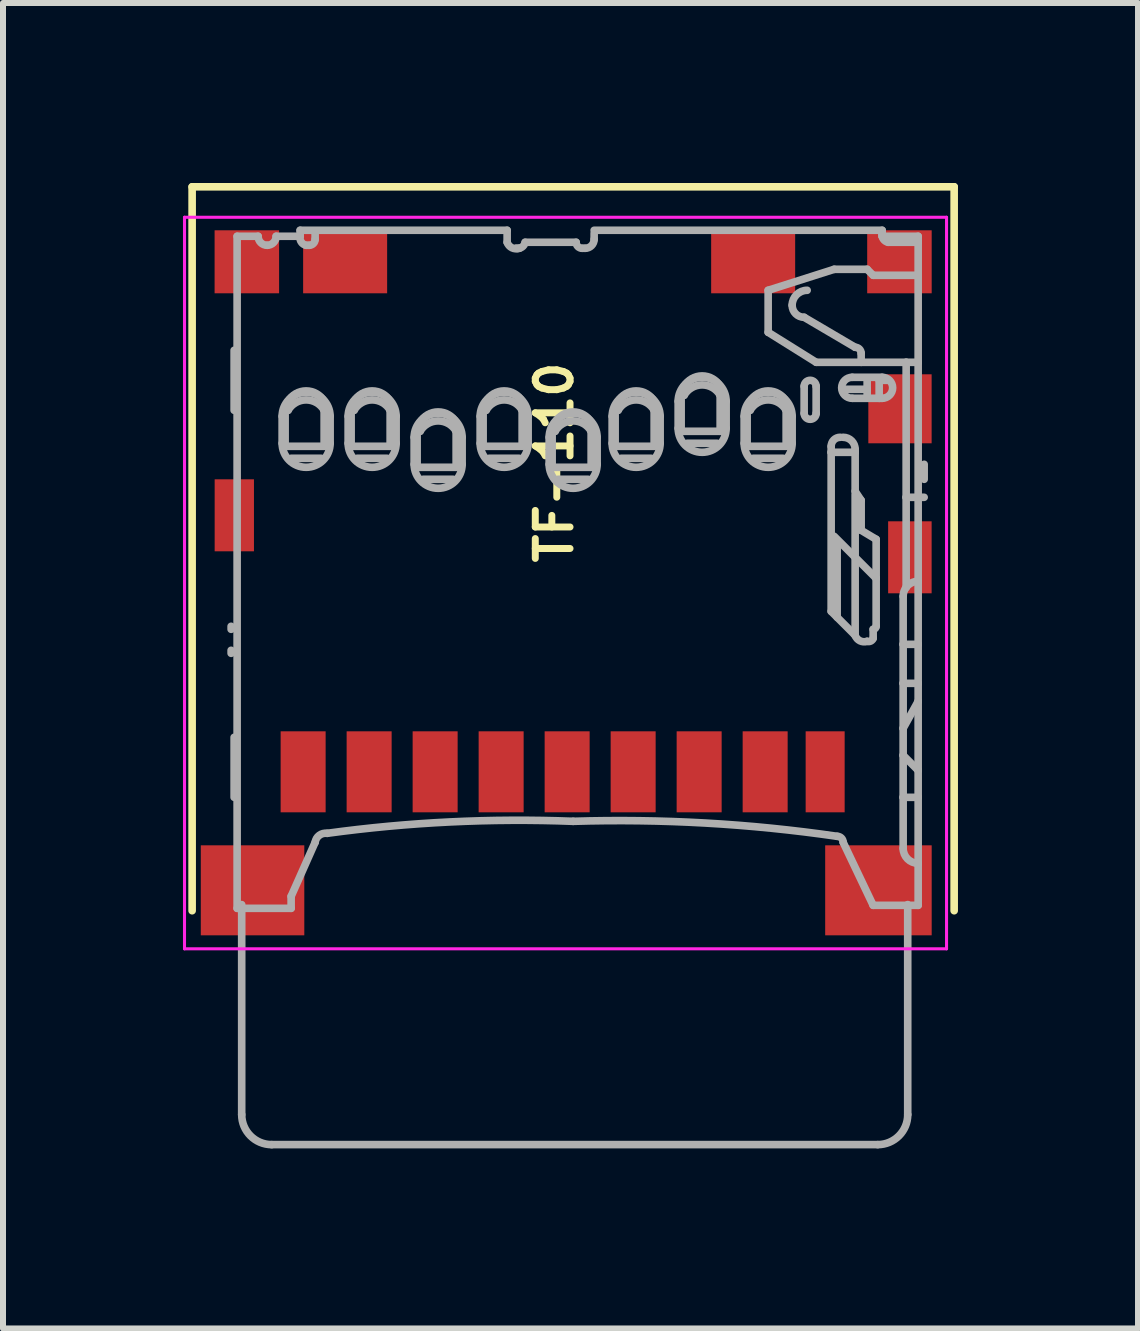
<source format=kicad_pcb>
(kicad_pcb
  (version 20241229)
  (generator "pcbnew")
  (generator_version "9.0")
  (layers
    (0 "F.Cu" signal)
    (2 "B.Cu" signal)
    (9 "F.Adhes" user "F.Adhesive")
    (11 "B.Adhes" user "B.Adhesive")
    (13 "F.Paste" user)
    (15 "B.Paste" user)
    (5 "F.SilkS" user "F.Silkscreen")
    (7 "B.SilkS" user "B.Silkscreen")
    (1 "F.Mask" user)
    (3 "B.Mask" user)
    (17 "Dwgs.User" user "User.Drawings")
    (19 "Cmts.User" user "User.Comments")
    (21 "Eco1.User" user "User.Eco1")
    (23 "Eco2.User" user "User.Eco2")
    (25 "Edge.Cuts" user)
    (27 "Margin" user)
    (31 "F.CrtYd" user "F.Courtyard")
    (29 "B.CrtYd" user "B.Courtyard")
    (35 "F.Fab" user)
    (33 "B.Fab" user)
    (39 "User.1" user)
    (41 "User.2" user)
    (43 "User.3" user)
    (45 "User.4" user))
  (footprint "TF-110"
    (layer "F.Cu")
    (at 6.502 6.413)
    (property "Reference" "TF-110" (at 0.025 -0.025 90) (layer "F.SilkS") (effects (font (size 0.579 0.579) (thickness 0.116)) (justify left bottom)))
    (attr through_hole)
    (fp_line (start -6.35 -6.35) (end 6.35 -6.35) (stroke (width 0.127) (type solid)) (layer "F.SilkS"))
    (fp_line (start -6.35 5.715) (end -6.35 -6.35) (stroke (width 0.127) (type solid)) (layer "F.SilkS"))
    (fp_line (start 6.35 -6.35) (end 6.35 5.715) (stroke (width 0.127) (type solid)) (layer "F.SilkS"))
    (fp_line (start -6.477 -5.842) (end 6.223 -5.842) (stroke (width 0.051) (type solid)) (layer "F.CrtYd"))
    (fp_line (start -6.477 6.35) (end -6.477 -5.842) (stroke (width 0.051) (type solid)) (layer "F.CrtYd"))
    (fp_line (start 6.223 -5.842) (end 6.223 6.35) (stroke (width 0.051) (type solid)) (layer "F.CrtYd"))
    (fp_line (start 6.223 6.35) (end -6.477 6.35) (stroke (width 0.051) (type solid)) (layer "F.CrtYd"))
    (fp_line (start -5.7 0.975) (end -5.7 1.025) (stroke (width 0.127) (type solid)) (layer "F.Fab"))
    (fp_line (start -5.7 1.425) (end -5.7 1.375) (stroke (width 0.127) (type solid)) (layer "F.Fab"))
    (fp_line (start -5.65 -3.625) (end -5.65 -2.625) (stroke (width 0.127) (type solid)) (layer "F.Fab"))
    (fp_line (start -5.65 2.825) (end -5.65 3.825) (stroke (width 0.127) (type solid)) (layer "F.Fab"))
    (fp_line (start -5.6 -5.525) (end -5.25 -5.525) (stroke (width 0.127) (type solid)) (layer "F.Fab"))
    (fp_line (start -5.6 5.675) (end -5.6 -5.525) (stroke (width 0.127) (type solid)) (layer "F.Fab"))
    (fp_line (start -5.6 5.675) (end -4.7 5.675) (stroke (width 0.127) (type solid)) (layer "F.Fab"))
    (fp_line (start -5.524 5.613) (end -5.524 9.113) (stroke (width 0.127) (type solid)) (layer "F.Fab"))
    (fp_line (start -5.024 9.613) (end 5.076 9.613) (stroke (width 0.127) (type solid)) (layer "F.Fab"))
    (fp_line (start -4.95 -5.525) (end -4.55 -5.525) (stroke (width 0.127) (type solid)) (layer "F.Fab"))
    (fp_line (start -4.85 -2.075) (end -4.85 -2.525) (stroke (width 0.127) (type solid)) (layer "F.Fab"))
    (fp_line (start -4.8 -2.025) (end -4.8 -2.575) (stroke (width 0.127) (type solid)) (layer "F.Fab"))
    (fp_line (start -4.75 -2.625) (end -4.75 -2.775) (stroke (width 0.127) (type solid)) (layer "F.Fab"))
    (fp_line (start -4.7 -1.825) (end -4.2 -1.825) (stroke (width 0.127) (type solid)) (layer "F.Fab"))
    (fp_line (start -4.7 5.475) (end -4.3 4.575) (stroke (width 0.127) (type solid)) (layer "F.Fab"))
    (fp_line (start -4.7 5.675) (end -4.7 5.475) (stroke (width 0.127) (type solid)) (layer "F.Fab"))
    (fp_line (start -4.55 -5.625) (end -1.1 -5.625) (stroke (width 0.127) (type solid)) (layer "F.Fab"))
    (fp_line (start -4.55 -5.525) (end -4.55 -5.625) (stroke (width 0.127) (type solid)) (layer "F.Fab"))
    (fp_line (start -4.45 -5.375) (end -4.4 -5.375) (stroke (width 0.127) (type solid)) (layer "F.Fab"))
    (fp_line (start -4.3 -5.475) (end -4.3 -5.575) (stroke (width 0.127) (type solid)) (layer "F.Fab"))
    (fp_line (start -4.15 -2.775) (end -4.15 -2.625) (stroke (width 0.127) (type solid)) (layer "F.Fab"))
    (fp_line (start -4.15 -2.625) (end -4.15 -2.025) (stroke (width 0.127) (type solid)) (layer "F.Fab"))
    (fp_line (start -4.15 -2.025) (end -4.8 -2.025) (stroke (width 0.127) (type solid)) (layer "F.Fab"))
    (fp_line (start -4.05 -2.525) (end -4.05 -2.075) (stroke (width 0.127) (type solid)) (layer "F.Fab"))
    (fp_line (start -3.75 -2.075) (end -3.75 -2.525) (stroke (width 0.127) (type solid)) (layer "F.Fab"))
    (fp_line (start -3.7 -2.025) (end -3.7 -2.575) (stroke (width 0.127) (type solid)) (layer "F.Fab"))
    (fp_line (start -3.65 -2.625) (end -3.65 -2.775) (stroke (width 0.127) (type solid)) (layer "F.Fab"))
    (fp_line (start -3.6 -1.825) (end -3.1 -1.825) (stroke (width 0.127) (type solid)) (layer "F.Fab"))
    (fp_line (start -3.05 -2.775) (end -3.05 -2.625) (stroke (width 0.127) (type solid)) (layer "F.Fab"))
    (fp_line (start -3.05 -2.625) (end -3.05 -2.025) (stroke (width 0.127) (type solid)) (layer "F.Fab"))
    (fp_line (start -3.05 -2.025) (end -3.7 -2.025) (stroke (width 0.127) (type solid)) (layer "F.Fab"))
    (fp_line (start -2.95 -2.525) (end -2.95 -2.075) (stroke (width 0.127) (type solid)) (layer "F.Fab"))
    (fp_line (start -2.65 -1.725) (end -2.65 -2.175) (stroke (width 0.127) (type solid)) (layer "F.Fab"))
    (fp_line (start -2.6 -1.675) (end -2.6 -2.225) (stroke (width 0.127) (type solid)) (layer "F.Fab"))
    (fp_line (start -2.55 -2.275) (end -2.55 -2.425) (stroke (width 0.127) (type solid)) (layer "F.Fab"))
    (fp_line (start -2.5 -1.475) (end -2 -1.475) (stroke (width 0.127) (type solid)) (layer "F.Fab"))
    (fp_line (start -1.95 -2.425) (end -1.95 -2.275) (stroke (width 0.127) (type solid)) (layer "F.Fab"))
    (fp_line (start -1.95 -2.275) (end -1.95 -1.675) (stroke (width 0.127) (type solid)) (layer "F.Fab"))
    (fp_line (start -1.95 -1.675) (end -2.6 -1.675) (stroke (width 0.127) (type solid)) (layer "F.Fab"))
    (fp_line (start -1.85 -2.175) (end -1.85 -1.725) (stroke (width 0.127) (type solid)) (layer "F.Fab"))
    (fp_line (start -1.55 -2.075) (end -1.55 -2.525) (stroke (width 0.127) (type solid)) (layer "F.Fab"))
    (fp_line (start -1.5 -2.025) (end -1.5 -2.575) (stroke (width 0.127) (type solid)) (layer "F.Fab"))
    (fp_line (start -1.45 -2.625) (end -1.45 -2.775) (stroke (width 0.127) (type solid)) (layer "F.Fab"))
    (fp_line (start -1.4 -1.825) (end -0.9 -1.825) (stroke (width 0.127) (type solid)) (layer "F.Fab"))
    (fp_line (start -1.1 -5.625) (end -1.1 -5.425) (stroke (width 0.127) (type solid)) (layer "F.Fab"))
    (fp_line (start -0.9 -5.325) (end -0.95 -5.325) (stroke (width 0.127) (type solid)) (layer "F.Fab"))
    (fp_line (start -0.85 -2.775) (end -0.85 -2.625) (stroke (width 0.127) (type solid)) (layer "F.Fab"))
    (fp_line (start -0.85 -2.625) (end -0.85 -2.025) (stroke (width 0.127) (type solid)) (layer "F.Fab"))
    (fp_line (start -0.85 -2.025) (end -1.5 -2.025) (stroke (width 0.127) (type solid)) (layer "F.Fab"))
    (fp_line (start -0.8 -5.425) (end 0.05 -5.425) (stroke (width 0.127) (type solid)) (layer "F.Fab"))
    (fp_line (start -0.75 -2.525) (end -0.75 -2.075) (stroke (width 0.127) (type solid)) (layer "F.Fab"))
    (fp_line (start -0.4 -1.725) (end -0.4 -2.175) (stroke (width 0.127) (type solid)) (layer "F.Fab"))
    (fp_line (start -0.35 -1.675) (end -0.35 -2.225) (stroke (width 0.127) (type solid)) (layer "F.Fab"))
    (fp_line (start -0.3 -2.275) (end -0.3 -2.425) (stroke (width 0.127) (type solid)) (layer "F.Fab"))
    (fp_line (start -0.25 -1.475) (end 0.25 -1.475) (stroke (width 0.127) (type solid)) (layer "F.Fab"))
    (fp_line (start 0.15 -5.325) (end 0.2 -5.325) (stroke (width 0.127) (type solid)) (layer "F.Fab"))
    (fp_line (start 0.3 -2.425) (end 0.3 -2.275) (stroke (width 0.127) (type solid)) (layer "F.Fab"))
    (fp_line (start 0.3 -2.275) (end 0.3 -1.675) (stroke (width 0.127) (type solid)) (layer "F.Fab"))
    (fp_line (start 0.3 -1.675) (end -0.35 -1.675) (stroke (width 0.127) (type solid)) (layer "F.Fab"))
    (fp_line (start 0.35 -5.625) (end 5.15 -5.625) (stroke (width 0.127) (type solid)) (layer "F.Fab"))
    (fp_line (start 0.35 -5.475) (end 0.35 -5.575) (stroke (width 0.127) (type solid)) (layer "F.Fab"))
    (fp_line (start 0.4 -2.175) (end 0.4 -1.725) (stroke (width 0.127) (type solid)) (layer "F.Fab"))
    (fp_line (start 0.65 -2.075) (end 0.65 -2.525) (stroke (width 0.127) (type solid)) (layer "F.Fab"))
    (fp_line (start 0.7 -2.025) (end 0.7 -2.575) (stroke (width 0.127) (type solid)) (layer "F.Fab"))
    (fp_line (start 0.75 -2.625) (end 0.75 -2.775) (stroke (width 0.127) (type solid)) (layer "F.Fab"))
    (fp_line (start 0.8 -1.825) (end 1.3 -1.825) (stroke (width 0.127) (type solid)) (layer "F.Fab"))
    (fp_line (start 1.35 -2.775) (end 1.35 -2.625) (stroke (width 0.127) (type solid)) (layer "F.Fab"))
    (fp_line (start 1.35 -2.625) (end 1.35 -2.025) (stroke (width 0.127) (type solid)) (layer "F.Fab"))
    (fp_line (start 1.35 -2.025) (end 0.7 -2.025) (stroke (width 0.127) (type solid)) (layer "F.Fab"))
    (fp_line (start 1.45 -2.525) (end 1.45 -2.075) (stroke (width 0.127) (type solid)) (layer "F.Fab"))
    (fp_line (start 1.75 -2.325) (end 1.75 -2.775) (stroke (width 0.127) (type solid)) (layer "F.Fab"))
    (fp_line (start 1.8 -2.275) (end 1.8 -2.825) (stroke (width 0.127) (type solid)) (layer "F.Fab"))
    (fp_line (start 1.85 -2.875) (end 1.85 -3.025) (stroke (width 0.127) (type solid)) (layer "F.Fab"))
    (fp_line (start 1.9 -2.075) (end 2.4 -2.075) (stroke (width 0.127) (type solid)) (layer "F.Fab"))
    (fp_line (start 2.45 -3.025) (end 2.45 -2.875) (stroke (width 0.127) (type solid)) (layer "F.Fab"))
    (fp_line (start 2.45 -2.875) (end 2.45 -2.275) (stroke (width 0.127) (type solid)) (layer "F.Fab"))
    (fp_line (start 2.45 -2.275) (end 1.8 -2.275) (stroke (width 0.127) (type solid)) (layer "F.Fab"))
    (fp_line (start 2.55 -2.775) (end 2.55 -2.325) (stroke (width 0.127) (type solid)) (layer "F.Fab"))
    (fp_line (start 2.85 -2.075) (end 2.85 -2.525) (stroke (width 0.127) (type solid)) (layer "F.Fab"))
    (fp_line (start 2.9 -2.025) (end 2.9 -2.575) (stroke (width 0.127) (type solid)) (layer "F.Fab"))
    (fp_line (start 2.95 -2.625) (end 2.95 -2.775) (stroke (width 0.127) (type solid)) (layer "F.Fab"))
    (fp_line (start 3 -1.825) (end 3.5 -1.825) (stroke (width 0.127) (type solid)) (layer "F.Fab"))
    (fp_line (start 3.25 -4.625) (end 3.25 -3.925) (stroke (width 0.127) (type solid)) (layer "F.Fab"))
    (fp_line (start 3.25 -3.925) (end 4.05 -3.425) (stroke (width 0.127) (type solid)) (layer "F.Fab"))
    (fp_line (start 3.55 -2.775) (end 3.55 -2.625) (stroke (width 0.127) (type solid)) (layer "F.Fab"))
    (fp_line (start 3.55 -2.625) (end 3.55 -2.025) (stroke (width 0.127) (type solid)) (layer "F.Fab"))
    (fp_line (start 3.55 -2.025) (end 2.9 -2.025) (stroke (width 0.127) (type solid)) (layer "F.Fab"))
    (fp_line (start 3.65 -2.525) (end 3.65 -2.075) (stroke (width 0.127) (type solid)) (layer "F.Fab"))
    (fp_line (start 3.85 -4.175) (end 4.7 -3.675) (stroke (width 0.127) (type solid)) (layer "F.Fab"))
    (fp_line (start 3.85 -2.575) (end 3.85 -3.025) (stroke (width 0.127) (type solid)) (layer "F.Fab"))
    (fp_line (start 4.05 -3.425) (end 4.8 -3.425) (stroke (width 0.127) (type solid)) (layer "F.Fab"))
    (fp_line (start 4.05 -3.025) (end 4.05 -2.575) (stroke (width 0.127) (type solid)) (layer "F.Fab"))
    (fp_line (start 4.3 -2.025) (end 4.3 -1.925) (stroke (width 0.127) (type solid)) (layer "F.Fab"))
    (fp_line (start 4.3 -1.925) (end 4.3 0.725) (stroke (width 0.127) (type solid)) (layer "F.Fab"))
    (fp_line (start 4.3 -1.925) (end 4.7 -1.925) (stroke (width 0.127) (type solid)) (layer "F.Fab"))
    (fp_line (start 4.3 0.725) (end 4.7 1.125) (stroke (width 0.127) (type solid)) (layer "F.Fab"))
    (fp_line (start 4.35 -4.975) (end 3.25 -4.625) (stroke (width 0.127) (type solid)) (layer "F.Fab"))
    (fp_line (start 4.4 -0.425) (end 4.4 0.825) (stroke (width 0.127) (type solid)) (layer "F.Fab"))
    (fp_line (start 4.55 -2.975) (end 4.9 -2.975) (stroke (width 0.127) (type solid)) (layer "F.Fab"))
    (fp_line (start 4.65 -3.175) (end 5.15 -3.175) (stroke (width 0.127) (type solid)) (layer "F.Fab"))
    (fp_line (start 4.7 -1.925) (end 4.7 -1.975) (stroke (width 0.127) (type solid)) (layer "F.Fab"))
    (fp_line (start 4.7 -1.275) (end 4.7 -1.925) (stroke (width 0.127) (type solid)) (layer "F.Fab"))
    (fp_line (start 4.7 1.125) (end 4.7 -1.225) (stroke (width 0.127) (type solid)) (layer "F.Fab"))
    (fp_line (start 4.8 -3.575) (end 4.8 -3.425) (stroke (width 0.127) (type solid)) (layer "F.Fab"))
    (fp_line (start 4.8 -3.425) (end 5.55 -3.425) (stroke (width 0.127) (type solid)) (layer "F.Fab"))
    (fp_line (start 4.8 -1.125) (end 4.7 -1.275) (stroke (width 0.127) (type solid)) (layer "F.Fab"))
    (fp_line (start 4.8 -0.625) (end 4.8 -1.125) (stroke (width 0.127) (type solid)) (layer "F.Fab"))
    (fp_line (start 4.9 -4.975) (end 4.35 -4.975) (stroke (width 0.127) (type solid)) (layer "F.Fab"))
    (fp_line (start 4.9 -3.125) (end 4.9 -2.975) (stroke (width 0.127) (type solid)) (layer "F.Fab"))
    (fp_line (start 4.9 -2.975) (end 4.9 -2.875) (stroke (width 0.127) (type solid)) (layer "F.Fab"))
    (fp_line (start 5 -4.875) (end 4.9 -4.975) (stroke (width 0.127) (type solid)) (layer "F.Fab"))
    (fp_line (start 5 1.175) (end 5 1.025) (stroke (width 0.127) (type solid)) (layer "F.Fab"))
    (fp_line (start 5 5.625) (end 4.5 4.575) (stroke (width 0.127) (type solid)) (layer "F.Fab"))
    (fp_line (start 5.05 -0.475) (end 4.8 -0.625) (stroke (width 0.127) (type solid)) (layer "F.Fab"))
    (fp_line (start 5.05 0.175) (end 4.35 -0.525) (stroke (width 0.127) (type solid)) (layer "F.Fab"))
    (fp_line (start 5.05 0.175) (end 5.05 -0.475) (stroke (width 0.127) (type solid)) (layer "F.Fab"))
    (fp_line (start 5.05 0.975) (end 5.05 0.175) (stroke (width 0.127) (type solid)) (layer "F.Fab"))
    (fp_line (start 5.1 -3.125) (end 5.25 -3.125) (stroke (width 0.127) (type solid)) (layer "F.Fab"))
    (fp_line (start 5.1 -2.825) (end 4.65 -2.825) (stroke (width 0.127) (type solid)) (layer "F.Fab"))
    (fp_line (start 5.1 -2.825) (end 5.1 -3.125) (stroke (width 0.127) (type solid)) (layer "F.Fab"))
    (fp_line (start 5.15 -5.625) (end 5.15 -5.575) (stroke (width 0.127) (type solid)) (layer "F.Fab"))
    (fp_line (start 5.15 -5.575) (end 5.15 -5.525) (stroke (width 0.127) (type solid)) (layer "F.Fab"))
    (fp_line (start 5.15 -5.525) (end 5.75 -5.525) (stroke (width 0.127) (type solid)) (layer "F.Fab"))
    (fp_line (start 5.15 -2.825) (end 5.1 -2.825) (stroke (width 0.127) (type solid)) (layer "F.Fab"))
    (fp_line (start 5.25 -5.425) (end 5.75 -5.425) (stroke (width 0.127) (type solid)) (layer "F.Fab"))
    (fp_line (start 5.5 1.275) (end 5.5 0.475) (stroke (width 0.127) (type solid)) (layer "F.Fab"))
    (fp_line (start 5.5 1.275) (end 5.75 1.275) (stroke (width 0.127) (type solid)) (layer "F.Fab"))
    (fp_line (start 5.5 1.925) (end 5.5 1.275) (stroke (width 0.127) (type solid)) (layer "F.Fab"))
    (fp_line (start 5.5 1.925) (end 5.75 1.925) (stroke (width 0.127) (type solid)) (layer "F.Fab"))
    (fp_line (start 5.5 2.675) (end 5.5 1.925) (stroke (width 0.127) (type solid)) (layer "F.Fab"))
    (fp_line (start 5.5 3.125) (end 5.5 2.675) (stroke (width 0.127) (type solid)) (layer "F.Fab"))
    (fp_line (start 5.5 3.125) (end 5.75 3.375) (stroke (width 0.127) (type solid)) (layer "F.Fab"))
    (fp_line (start 5.5 3.825) (end 5.5 3.125) (stroke (width 0.127) (type solid)) (layer "F.Fab"))
    (fp_line (start 5.5 3.825) (end 5.75 3.825) (stroke (width 0.127) (type solid)) (layer "F.Fab"))
    (fp_line (start 5.5 4.675) (end 5.5 3.825) (stroke (width 0.127) (type solid)) (layer "F.Fab"))
    (fp_line (start 5.55 -3.425) (end 5.75 -3.425) (stroke (width 0.127) (type solid)) (layer "F.Fab"))
    (fp_line (start 5.55 -1.175) (end 5.55 -3.425) (stroke (width 0.127) (type solid)) (layer "F.Fab"))
    (fp_line (start 5.55 -1.175) (end 5.75 -1.175) (stroke (width 0.127) (type solid)) (layer "F.Fab"))
    (fp_line (start 5.55 0.325) (end 5.55 -1.175) (stroke (width 0.127) (type solid)) (layer "F.Fab"))
    (fp_line (start 5.576 9.113) (end 5.576 5.613) (stroke (width 0.127) (type solid)) (layer "F.Fab"))
    (fp_line (start 5.7 -4.875) (end 5 -4.875) (stroke (width 0.127) (type solid)) (layer "F.Fab"))
    (fp_line (start 5.75 -5.525) (end 5.75 -5.425) (stroke (width 0.127) (type solid)) (layer "F.Fab"))
    (fp_line (start 5.75 -5.425) (end 5.75 -3.425) (stroke (width 0.127) (type solid)) (layer "F.Fab"))
    (fp_line (start 5.75 -3.425) (end 5.75 -1.175) (stroke (width 0.127) (type solid)) (layer "F.Fab"))
    (fp_line (start 5.75 -1.175) (end 5.75 0.225) (stroke (width 0.127) (type solid)) (layer "F.Fab"))
    (fp_line (start 5.75 0.225) (end 5.75 1.275) (stroke (width 0.127) (type solid)) (layer "F.Fab"))
    (fp_line (start 5.75 1.275) (end 5.75 1.925) (stroke (width 0.127) (type solid)) (layer "F.Fab"))
    (fp_line (start 5.75 1.925) (end 5.75 2.225) (stroke (width 0.127) (type solid)) (layer "F.Fab"))
    (fp_line (start 5.75 2.225) (end 5.5 2.675) (stroke (width 0.127) (type solid)) (layer "F.Fab"))
    (fp_line (start 5.75 2.225) (end 5.75 3.375) (stroke (width 0.127) (type solid)) (layer "F.Fab"))
    (fp_line (start 5.75 3.375) (end 5.75 3.825) (stroke (width 0.127) (type solid)) (layer "F.Fab"))
    (fp_line (start 5.75 3.825) (end 5.75 4.925) (stroke (width 0.127) (type solid)) (layer "F.Fab"))
    (fp_line (start 5.75 4.925) (end 5.75 5.625) (stroke (width 0.127) (type solid)) (layer "F.Fab"))
    (fp_line (start 5.75 5.625) (end 5 5.625) (stroke (width 0.127) (type solid)) (layer "F.Fab"))
    (fp_line (start 5.8 -1.175) (end 5.85 -1.175) (stroke (width 0.127) (type solid)) (layer "F.Fab"))
    (fp_line (start 5.85 -1.725) (end 5.85 -1.475) (stroke (width 0.127) (type solid)) (layer "F.Fab"))
    (fp_arc (start -5.1 -5.375) (mid -5.206066 -5.418934) (end -5.25 -5.525) (stroke (width 0.127) (type solid)) (layer "F.Fab"))
    (fp_arc (start -5.0238 9.6134) (mid -5.377353 9.466953) (end -5.5238 9.1134) (stroke (width 0.127) (type solid)) (layer "F.Fab"))
    (fp_arc (start -4.95 -5.525) (mid -4.993934 -5.418934) (end -5.1 -5.375) (stroke (width 0.127) (type solid)) (layer "F.Fab"))
    (fp_arc (start -4.85 -2.525) (mid -4.45 -2.925) (end -4.05 -2.525) (stroke (width 0.127) (type solid)) (layer "F.Fab"))
    (fp_arc (start -4.75 -2.775) (mid -4.449999 -2.948205) (end -4.149999 -2.774999) (stroke (width 0.127) (type solid)) (layer "F.Fab"))
    (fp_arc (start -4.75 -2.625) (mid -4.449999 -2.798205) (end -4.149999 -2.624999) (stroke (width 0.127) (type solid)) (layer "F.Fab"))
    (fp_arc (start -4.45 -5.375) (mid -4.531066 -5.429289) (end -4.55 -5.525) (stroke (width 0.127) (type solid)) (layer "F.Fab"))
    (fp_arc (start -4.3 -5.475) (mid -4.329289 -5.404289) (end -4.4 -5.375) (stroke (width 0.127) (type solid)) (layer "F.Fab"))
    (fp_arc (start -4.3 4.575) (mid -4.231066 4.458579) (end -4.1 4.425) (stroke (width 0.127) (type solid)) (layer "F.Fab"))
    (fp_arc (start -4.1 4.425) (mid -2.054366 4.235495) (end 0 4.225) (stroke (width 0.127) (type solid)) (layer "F.Fab"))
    (fp_arc (start -4.05 -2.075) (mid -4.45 -1.675) (end -4.85 -2.075) (stroke (width 0.127) (type solid)) (layer "F.Fab"))
    (fp_arc (start -3.75 -2.525) (mid -3.35 -2.925) (end -2.95 -2.525) (stroke (width 0.127) (type solid)) (layer "F.Fab"))
    (fp_arc (start -3.65 -2.775) (mid -3.349999 -2.948205) (end -3.049999 -2.774999) (stroke (width 0.127) (type solid)) (layer "F.Fab"))
    (fp_arc (start -3.65 -2.625) (mid -3.349999 -2.798205) (end -3.049999 -2.624999) (stroke (width 0.127) (type solid)) (layer "F.Fab"))
    (fp_arc (start -2.95 -2.075) (mid -3.35 -1.675) (end -3.75 -2.075) (stroke (width 0.127) (type solid)) (layer "F.Fab"))
    (fp_arc (start -2.65 -2.175) (mid -2.25 -2.575) (end -1.85 -2.175) (stroke (width 0.127) (type solid)) (layer "F.Fab"))
    (fp_arc (start -2.55 -2.425) (mid -2.249999 -2.598205) (end -1.949999 -2.424999) (stroke (width 0.127) (type solid)) (layer "F.Fab"))
    (fp_arc (start -2.55 -2.275) (mid -2.249999 -2.448205) (end -1.949999 -2.274999) (stroke (width 0.127) (type solid)) (layer "F.Fab"))
    (fp_arc (start -1.85 -1.725) (mid -2.25 -1.325) (end -2.65 -1.725) (stroke (width 0.127) (type solid)) (layer "F.Fab"))
    (fp_arc (start -1.55 -2.525) (mid -1.15 -2.925) (end -0.75 -2.525) (stroke (width 0.127) (type solid)) (layer "F.Fab"))
    (fp_arc (start -1.45 -2.775) (mid -1.149999 -2.948205) (end -0.849999 -2.774999) (stroke (width 0.127) (type solid)) (layer "F.Fab"))
    (fp_arc (start -1.45 -2.625) (mid -1.149999 -2.798205) (end -0.849999 -2.624999) (stroke (width 0.127) (type solid)) (layer "F.Fab"))
    (fp_arc (start -0.9 -5.325) (mid -1.020711 -5.333579) (end -1.1 -5.425) (stroke (width 0.127) (type solid)) (layer "F.Fab"))
    (fp_arc (start -0.8 -5.425) (mid -0.854289 -5.343934) (end -0.95 -5.325) (stroke (width 0.127) (type solid)) (layer "F.Fab"))
    (fp_arc (start -0.75 -2.075) (mid -1.15 -1.675) (end -1.55 -2.075) (stroke (width 0.127) (type solid)) (layer "F.Fab"))
    (fp_arc (start -0.4 -2.175) (mid 0 -2.575) (end 0.4 -2.175) (stroke (width 0.127) (type solid)) (layer "F.Fab"))
    (fp_arc (start -0.3 -2.425) (mid 0.000001 -2.598205) (end 0.300001 -2.424999) (stroke (width 0.127) (type solid)) (layer "F.Fab"))
    (fp_arc (start -0.3 -2.275) (mid 0.000001 -2.448205) (end 0.300001 -2.274999) (stroke (width 0.127) (type solid)) (layer "F.Fab"))
    (fp_arc (start 0 4.225) (mid 2.205458 4.253946) (end 4.4 4.475) (stroke (width 0.127) (type solid)) (layer "F.Fab"))
    (fp_arc (start 0.15 -5.325) (mid 0.079289 -5.354289) (end 0.05 -5.425) (stroke (width 0.127) (type solid)) (layer "F.Fab"))
    (fp_arc (start 0.35 -5.475) (mid 0.306066 -5.368934) (end 0.2 -5.325) (stroke (width 0.127) (type solid)) (layer "F.Fab"))
    (fp_arc (start 0.4 -1.725) (mid 0 -1.325) (end -0.4 -1.725) (stroke (width 0.127) (type solid)) (layer "F.Fab"))
    (fp_arc (start 0.65 -2.525) (mid 1.05 -2.925) (end 1.45 -2.525) (stroke (width 0.127) (type solid)) (layer "F.Fab"))
    (fp_arc (start 0.75 -2.775) (mid 1.050001 -2.948205) (end 1.350001 -2.774999) (stroke (width 0.127) (type solid)) (layer "F.Fab"))
    (fp_arc (start 0.75 -2.625) (mid 1.050001 -2.798205) (end 1.350001 -2.624999) (stroke (width 0.127) (type solid)) (layer "F.Fab"))
    (fp_arc (start 1.45 -2.075) (mid 1.05 -1.675) (end 0.65 -2.075) (stroke (width 0.127) (type solid)) (layer "F.Fab"))
    (fp_arc (start 1.75 -2.775) (mid 2.15 -3.175) (end 2.55 -2.775) (stroke (width 0.127) (type solid)) (layer "F.Fab"))
    (fp_arc (start 1.85 -3.025) (mid 2.150001 -3.198205) (end 2.450001 -3.024999) (stroke (width 0.127) (type solid)) (layer "F.Fab"))
    (fp_arc (start 1.85 -2.875) (mid 2.150001 -3.048205) (end 2.450001 -2.874999) (stroke (width 0.127) (type solid)) (layer "F.Fab"))
    (fp_arc (start 2.55 -2.325) (mid 2.15 -1.925) (end 1.75 -2.325) (stroke (width 0.127) (type solid)) (layer "F.Fab"))
    (fp_arc (start 2.85 -2.525) (mid 3.25 -2.925) (end 3.65 -2.525) (stroke (width 0.127) (type solid)) (layer "F.Fab"))
    (fp_arc (start 2.95 -2.775) (mid 3.250001 -2.948205) (end 3.550001 -2.774999) (stroke (width 0.127) (type solid)) (layer "F.Fab"))
    (fp_arc (start 2.95 -2.625) (mid 3.250001 -2.798205) (end 3.550001 -2.624999) (stroke (width 0.127) (type solid)) (layer "F.Fab"))
    (fp_arc (start 3.65 -4.375) (mid 3.723223 -4.551777) (end 3.9 -4.625) (stroke (width 0.127) (type solid)) (layer "F.Fab"))
    (fp_arc (start 3.65 -2.075) (mid 3.25 -1.675) (end 2.85 -2.075) (stroke (width 0.127) (type solid)) (layer "F.Fab"))
    (fp_arc (start 3.85 -4.175) (mid 3.708579 -4.233579) (end 3.65 -4.375) (stroke (width 0.127) (type solid)) (layer "F.Fab"))
    (fp_arc (start 3.85 -3.025) (mid 3.95 -3.125) (end 4.05 -3.025) (stroke (width 0.127) (type solid)) (layer "F.Fab"))
    (fp_arc (start 4.05 -2.575) (mid 3.95 -2.475) (end 3.85 -2.575) (stroke (width 0.127) (type solid)) (layer "F.Fab"))
    (fp_arc (start 4.3 -2.025) (mid 4.343934 -2.131066) (end 4.45 -2.175) (stroke (width 0.127) (type solid)) (layer "F.Fab"))
    (fp_arc (start 4.4 4.475) (mid 4.470711 4.504289) (end 4.5 4.575) (stroke (width 0.127) (type solid)) (layer "F.Fab"))
    (fp_arc (start 4.5 -2.175) (mid 4.641421 -2.116421) (end 4.7 -1.975) (stroke (width 0.127) (type solid)) (layer "F.Fab"))
    (fp_arc (start 4.65 -2.825) (mid 4.475 -3) (end 4.65 -3.175) (stroke (width 0.127) (type solid)) (layer "F.Fab"))
    (fp_arc (start 4.7 -3.675) (mid 4.770711 -3.645711) (end 4.8 -3.575) (stroke (width 0.127) (type solid)) (layer "F.Fab"))
    (fp_arc (start 4.9 1.225) (mid 4.779289 1.216421) (end 4.7 1.125) (stroke (width 0.127) (type solid)) (layer "F.Fab"))
    (fp_arc (start 5 1.175) (mid 4.960355 1.220711) (end 4.9 1.225) (stroke (width 0.127) (type solid)) (layer "F.Fab"))
    (fp_arc (start 5.05 0.975) (mid 5.035355 1.010355) (end 5 1.025) (stroke (width 0.127) (type solid)) (layer "F.Fab"))
    (fp_arc (start 5.15 -3.175) (mid 5.325 -3) (end 5.15 -2.825) (stroke (width 0.127) (type solid)) (layer "F.Fab"))
    (fp_arc (start 5.25 -5.425) (mid 5.168934 -5.479289) (end 5.15 -5.575) (stroke (width 0.127) (type solid)) (layer "F.Fab"))
    (fp_arc (start 5.5 0.475) (mid 5.512829 0.395943) (end 5.549999 0.325) (stroke (width 0.127) (type solid)) (layer "F.Fab"))
    (fp_arc (start 5.55 0.325) (mid 5.638197 0.251393) (end 5.75 0.225) (stroke (width 0.127) (type solid)) (layer "F.Fab"))
    (fp_arc (start 5.5762 9.1134) (mid 5.429753 9.466953) (end 5.0762 9.6134) (stroke (width 0.127) (type solid)) (layer "F.Fab"))
    (fp_arc (start 5.75 4.925) (mid 5.573223 4.851777) (end 5.5 4.675) (stroke (width 0.127) (type solid)) (layer "F.Fab"))
    (pad "1" smd rect (at 3.2 3.4) (size 0.75 1.35) (layers "F.Cu" "F.Mask" "F.Paste"))
    (pad "2" smd rect (at 2.1 3.4) (size 0.75 1.35) (layers "F.Cu" "F.Mask" "F.Paste"))
    (pad "3" smd rect (at 1 3.4) (size 0.75 1.35) (layers "F.Cu" "F.Mask" "F.Paste"))
    (pad "4" smd rect (at -0.1 3.4) (size 0.75 1.35) (layers "F.Cu" "F.Mask" "F.Paste"))
    (pad "5" smd rect (at -1.2 3.4) (size 0.75 1.35) (layers "F.Cu" "F.Mask" "F.Paste"))
    (pad "6" smd rect (at -2.3 3.4) (size 0.75 1.35) (layers "F.Cu" "F.Mask" "F.Paste"))
    (pad "7" smd rect (at -3.4 3.4) (size 0.75 1.35) (layers "F.Cu" "F.Mask" "F.Paste"))
    (pad "8" smd rect (at -4.5 3.4) (size 0.75 1.35) (layers "F.Cu" "F.Mask" "F.Paste"))
    (pad "9" smd rect (at 4.2 3.4) (size 0.65 1.35) (layers "F.Cu" "F.Mask" "F.Paste"))
    (pad "10" smd rect (at 5.447 -2.65 90) (size 1.15 1.055) (layers "F.Cu" "F.Mask" "F.Paste"))
    (pad "G$1" smd rect (at -5.343 5.375 90) (size 1.5 1.725) (layers "F.Cu" "F.Mask" "F.Paste"))
    (pad "G$2" smd rect (at 5.088 5.375 90) (size 1.5 1.775) (layers "F.Cu" "F.Mask" "F.Paste"))
    (pad "G$3" smd rect (at 5.612 -0.175 90) (size 1.2 0.725) (layers "F.Cu" "F.Mask" "F.Paste"))
    (pad "G$4" smd rect (at 5.438 -5.1 180) (size 1.075 1.05) (layers "F.Cu" "F.Mask" "F.Paste"))
    (pad "G$5" smd rect (at 3 -5.1) (size 1.4 1.05) (layers "F.Cu" "F.Mask" "F.Paste"))
    (pad "G$6" smd rect (at -3.8 -5.1) (size 1.4 1.05) (layers "F.Cu" "F.Mask" "F.Paste"))
    (pad "G$7" smd rect (at -5.438 -5.1 180) (size 1.075 1.05) (layers "F.Cu" "F.Mask" "F.Paste"))
    (pad "G$8" smd rect (at -5.647 -0.875 90) (size 1.2 0.655) (layers "F.Cu" "F.Mask" "F.Paste")))
  (gr_rect
    (start -3 -3)
    (end 15.916 19.09)
    (stroke (width 0.1) (type default))
    (fill no)
    (layer "Edge.Cuts")))
</source>
